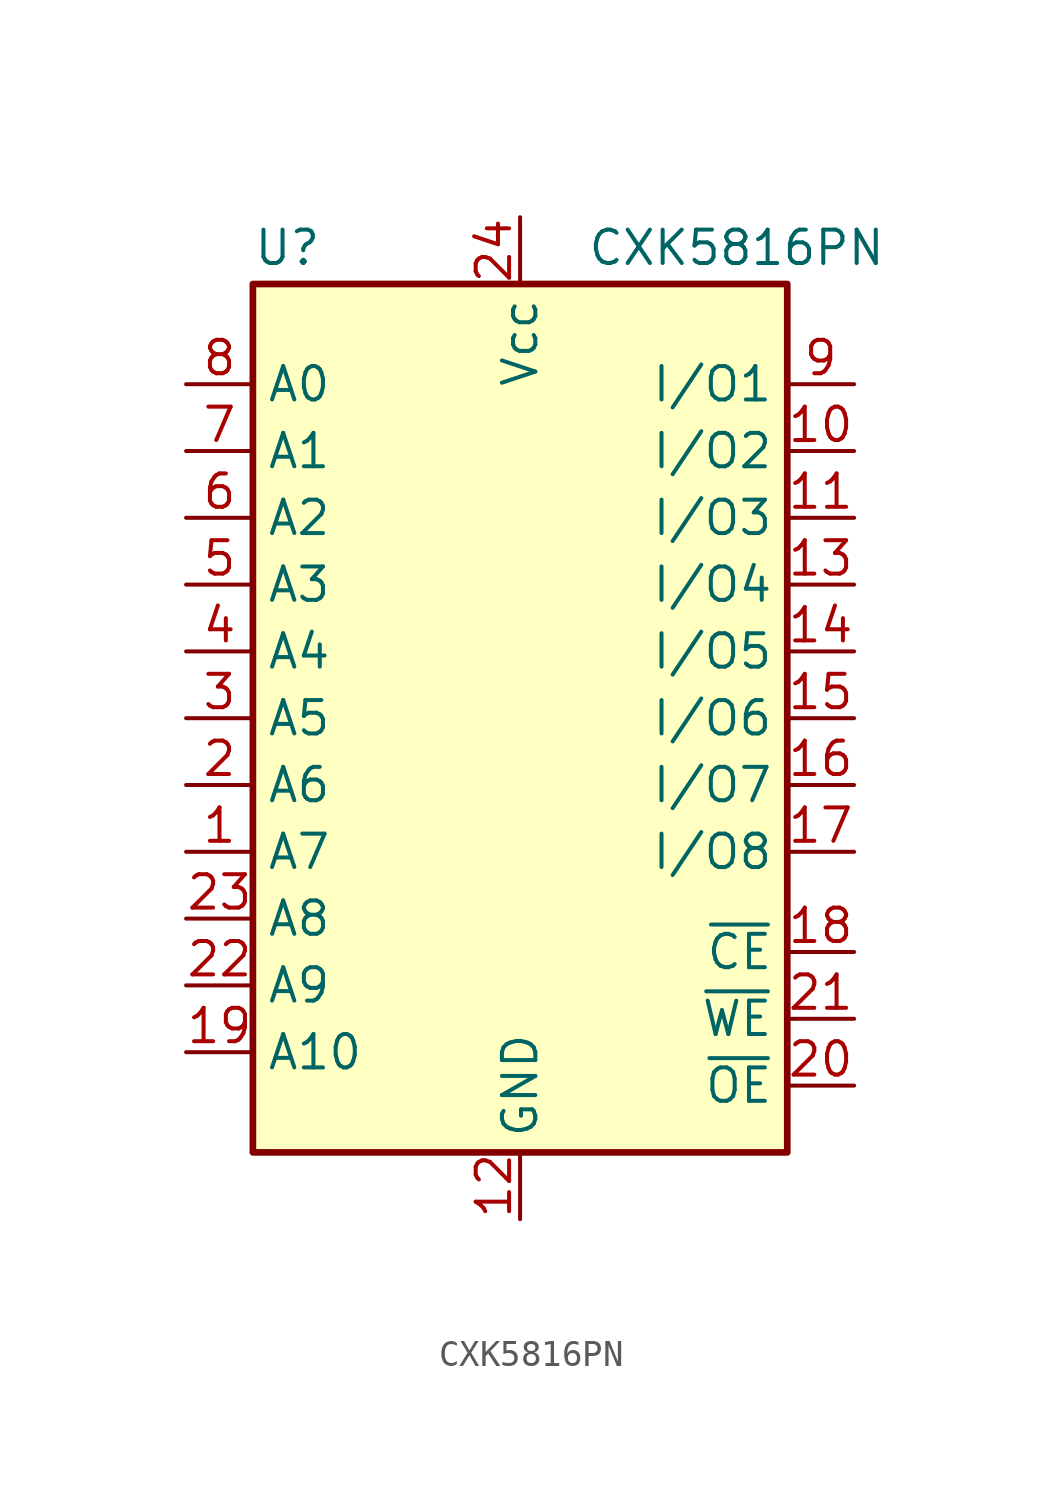
<source format=kicad_sym>
(kicad_symbol_lib
  (version 20231120)
  (generator "kicad_symbol_editor")
  (generator_version "8.0")
  (symbol "CXK5816PN"
    (property "Reference" "U"
      (at -10.16 23.495 0)
      (effects (font (size 1.27 1.27)) (justify left bottom)))
    (property "Value" "CXK5816PN"
      (at 2.54 23.495 0)
      (effects (font (size 1.27 1.27)) (justify left bottom)))
    (symbol "CXK5816PN_0_0"
      (pin tri_state line (at 12.7 3.81 180) (length 2.54) (name "I/O7" (effects (font (size 1.27 1.27)))) (number "16" (effects (font (size 1.27 1.27))))))
    (symbol "CXK5816PN_0_1"
      (rectangle (start -10.16 22.86) (end 10.16 -10.16) (stroke (width 0.254) (type default)) (fill (type background))))
    (symbol "CXK5816PN_1_1"
      (pin input line (at -12.7 1.27 0) (length 2.54) (name "A7" (effects (font (size 1.27 1.27)))) (number "1" (effects (font (size 1.27 1.27)))))
      (pin tri_state line (at 12.7 16.51 180) (length 2.54) (name "I/O2" (effects (font (size 1.27 1.27)))) (number "10" (effects (font (size 1.27 1.27)))))
      (pin tri_state line (at 12.7 13.97 180) (length 2.54) (name "I/O3" (effects (font (size 1.27 1.27)))) (number "11" (effects (font (size 1.27 1.27)))))
      (pin power_in line (at 0 -12.7 90) (length 2.54) (name "GND" (effects (font (size 1.27 1.27)))) (number "12" (effects (font (size 1.27 1.27)))))
      (pin tri_state line (at 12.7 11.43 180) (length 2.54) (name "I/O4" (effects (font (size 1.27 1.27)))) (number "13" (effects (font (size 1.27 1.27)))))
      (pin tri_state line (at 12.7 8.89 180) (length 2.54) (name "I/O5" (effects (font (size 1.27 1.27)))) (number "14" (effects (font (size 1.27 1.27)))))
      (pin tri_state line (at 12.7 6.35 180) (length 2.54) (name "I/O6" (effects (font (size 1.27 1.27)))) (number "15" (effects (font (size 1.27 1.27)))))
      (pin tri_state line (at 12.7 1.27 180) (length 2.54) (name "I/O8" (effects (font (size 1.27 1.27)))) (number "17" (effects (font (size 1.27 1.27)))))
      (pin input line (at 12.7 -2.54 180) (length 2.54) (name "~{CE}" (effects (font (size 1.27 1.27)))) (number "18" (effects (font (size 1.27 1.27)))))
      (pin input line (at -12.7 -6.35 0) (length 2.54) (name "A10" (effects (font (size 1.27 1.27)))) (number "19" (effects (font (size 1.27 1.27)))))
      (pin input line (at -12.7 3.81 0) (length 2.54) (name "A6" (effects (font (size 1.27 1.27)))) (number "2" (effects (font (size 1.27 1.27)))))
      (pin output line (at 12.7 -7.62 180) (length 2.54) (name "~{OE}" (effects (font (size 1.27 1.27)))) (number "20" (effects (font (size 1.27 1.27)))))
      (pin input line (at 12.7 -5.08 180) (length 2.54) (name "~{WE}" (effects (font (size 1.27 1.27)))) (number "21" (effects (font (size 1.27 1.27)))))
      (pin input line (at -12.7 -3.81 0) (length 2.54) (name "A9" (effects (font (size 1.27 1.27)))) (number "22" (effects (font (size 1.27 1.27)))))
      (pin input line (at -12.7 -1.27 0) (length 2.54) (name "A8" (effects (font (size 1.27 1.27)))) (number "23" (effects (font (size 1.27 1.27)))))
      (pin power_in line (at 0 25.4 270) (length 2.54) (name "Vcc" (effects (font (size 1.27 1.27)))) (number "24" (effects (font (size 1.27 1.27)))))
      (pin input line (at -12.7 6.35 0) (length 2.54) (name "A5" (effects (font (size 1.27 1.27)))) (number "3" (effects (font (size 1.27 1.27)))))
      (pin input line (at -12.7 8.89 0) (length 2.54) (name "A4" (effects (font (size 1.27 1.27)))) (number "4" (effects (font (size 1.27 1.27)))))
      (pin input line (at -12.7 11.43 0) (length 2.54) (name "A3" (effects (font (size 1.27 1.27)))) (number "5" (effects (font (size 1.27 1.27)))))
      (pin input line (at -12.7 13.97 0) (length 2.54) (name "A2" (effects (font (size 1.27 1.27)))) (number "6" (effects (font (size 1.27 1.27)))))
      (pin input line (at -12.7 16.51 0) (length 2.54) (name "A1" (effects (font (size 1.27 1.27)))) (number "7" (effects (font (size 1.27 1.27)))))
      (pin input line (at -12.7 19.05 0) (length 2.54) (name "A0" (effects (font (size 1.27 1.27)))) (number "8" (effects (font (size 1.27 1.27)))))
      (pin tri_state line (at 12.7 19.05 180) (length 2.54) (name "I/O1" (effects (font (size 1.27 1.27)))) (number "9" (effects (font (size 1.27 1.27))))))))
</source>
